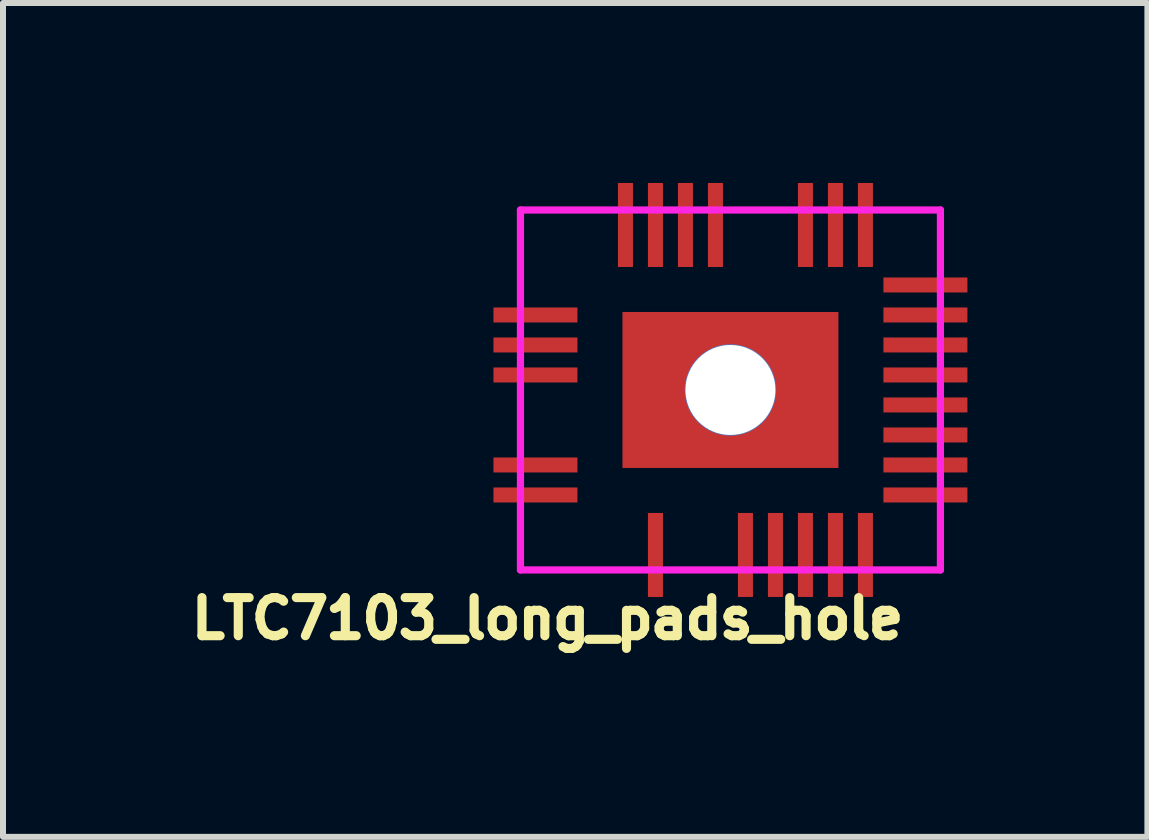
<source format=kicad_pcb>
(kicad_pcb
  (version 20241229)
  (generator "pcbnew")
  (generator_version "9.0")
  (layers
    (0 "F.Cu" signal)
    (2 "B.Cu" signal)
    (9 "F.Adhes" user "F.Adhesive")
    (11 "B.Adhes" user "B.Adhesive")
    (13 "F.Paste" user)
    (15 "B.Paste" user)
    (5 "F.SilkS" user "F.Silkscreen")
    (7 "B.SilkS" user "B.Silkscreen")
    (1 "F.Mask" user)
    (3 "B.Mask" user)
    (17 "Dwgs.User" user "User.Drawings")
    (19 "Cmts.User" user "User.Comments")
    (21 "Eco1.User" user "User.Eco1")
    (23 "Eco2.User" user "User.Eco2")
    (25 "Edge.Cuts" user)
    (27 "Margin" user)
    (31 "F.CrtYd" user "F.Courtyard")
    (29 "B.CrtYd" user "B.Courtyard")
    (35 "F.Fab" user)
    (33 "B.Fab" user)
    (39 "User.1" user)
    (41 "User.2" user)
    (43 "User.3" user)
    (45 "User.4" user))
  (footprint "LTC7103_long_pads_hole"
    (layer "F.Cu")
    (at 9.125 3.45)
    (property "Reference" "LTC7103_long_pads_hole" (at -3.048 3.81 0) (layer "F.SilkS") (effects (font (size 0.635 0.635) (thickness 0.152))))
    (attr through_hole)
    (fp_line (start -3.5 -3) (end 3.5 -3) (stroke (width 0.12) (type solid)) (layer "F.CrtYd"))
    (fp_line (start -3.5 3) (end -3.5 -3) (stroke (width 0.12) (type solid)) (layer "F.CrtYd"))
    (fp_line (start 3.5 -3) (end 3.5 3) (stroke (width 0.12) (type solid)) (layer "F.CrtYd"))
    (fp_line (start 3.5 3) (end -3.5 3) (stroke (width 0.12) (type solid)) (layer "F.CrtYd"))
    (pad "" thru_hole circle (at 0 0) (size 1.524 1.524) (drill 1.5) (layers "*.Cu" "*.Mask"))
    (pad "3" smd rect (at -1.25 2.4) (size 0.25 1.4) (drill (offset 0 0.35)) (layers "F.Cu" "F.Mask" "F.Paste"))
    (pad "6" smd rect (at 0.25 2.4) (size 0.25 1.4) (drill (offset 0 0.35)) (layers "F.Cu" "F.Mask" "F.Paste"))
    (pad "7" smd rect (at 0.75 2.4) (size 0.25 1.4) (drill (offset 0 0.35)) (layers "F.Cu" "F.Mask" "F.Paste"))
    (pad "8" smd rect (at 1.25 2.4) (size 0.25 1.4) (drill (offset 0 0.35)) (layers "F.Cu" "F.Mask" "F.Paste"))
    (pad "9" smd rect (at 1.75 2.4) (size 0.25 1.4) (drill (offset 0 0.35)) (layers "F.Cu" "F.Mask" "F.Paste"))
    (pad "10" smd rect (at 2.25 2.4) (size 0.25 1.4) (drill (offset 0 0.35)) (layers "F.Cu" "F.Mask" "F.Paste"))
    (pad "11" smd rect (at 2.9 1.75) (size 1.4 0.25) (drill (offset 0.35 0)) (layers "F.Cu" "F.Mask" "F.Paste"))
    (pad "12" smd rect (at 2.9 1.25) (size 1.4 0.25) (drill (offset 0.35 0)) (layers "F.Cu" "F.Mask" "F.Paste"))
    (pad "13" smd rect (at 2.9 0.75) (size 1.4 0.25) (drill (offset 0.35 0)) (layers "F.Cu" "F.Mask" "F.Paste"))
    (pad "14" smd rect (at 2.9 0.25) (size 1.4 0.25) (drill (offset 0.35 0)) (layers "F.Cu" "F.Mask" "F.Paste"))
    (pad "15" smd rect (at 2.9 -0.25) (size 1.4 0.25) (drill (offset 0.35 0)) (layers "F.Cu" "F.Mask" "F.Paste"))
    (pad "16" smd rect (at 2.9 -0.75) (size 1.4 0.25) (drill (offset 0.35 0)) (layers "F.Cu" "F.Mask" "F.Paste"))
    (pad "17" smd rect (at 2.9 -1.25) (size 1.4 0.25) (drill (offset 0.35 0)) (layers "F.Cu" "F.Mask" "F.Paste"))
    (pad "18" smd rect (at 2.9 -1.75) (size 1.4 0.25) (drill (offset 0.35 0)) (layers "F.Cu" "F.Mask" "F.Paste"))
    (pad "19" smd rect (at 2.25 -2.4) (size 0.25 1.4) (drill (offset 0 -0.35)) (layers "F.Cu" "F.Mask" "F.Paste"))
    (pad "20" smd rect (at 1.75 -2.4) (size 0.25 1.4) (drill (offset 0 -0.35)) (layers "F.Cu" "F.Mask" "F.Paste"))
    (pad "21" smd rect (at 1.25 -2.4) (size 0.25 1.4) (drill (offset 0 -0.35)) (layers "F.Cu" "F.Mask" "F.Paste"))
    (pad "24" smd rect (at -0.25 -2.4) (size 0.25 1.4) (drill (offset 0 -0.35)) (layers "F.Cu" "F.Mask" "F.Paste"))
    (pad "25" smd rect (at -0.75 -2.4) (size 0.25 1.4) (drill (offset 0 -0.35)) (layers "F.Cu" "F.Mask" "F.Paste"))
    (pad "26" smd rect (at -1.25 -2.4) (size 0.25 1.4) (drill (offset 0 -0.35)) (layers "F.Cu" "F.Mask" "F.Paste"))
    (pad "27" smd rect (at -1.75 -2.4) (size 0.25 1.4) (drill (offset 0 -0.35)) (layers "F.Cu" "F.Mask" "F.Paste"))
    (pad "30" smd rect (at -2.9 -1.25) (size 1.4 0.25) (drill (offset -0.35 0)) (layers "F.Cu" "F.Mask" "F.Paste"))
    (pad "31" smd rect (at -2.9 -0.75) (size 1.4 0.25) (drill (offset -0.35 0)) (layers "F.Cu" "F.Mask" "F.Paste"))
    (pad "32" smd rect (at -2.9 -0.25) (size 1.4 0.25) (drill (offset -0.35 0)) (layers "F.Cu" "F.Mask" "F.Paste"))
    (pad "35" smd rect (at -2.9 1.25) (size 1.4 0.25) (drill (offset -0.35 0)) (layers "F.Cu" "F.Mask" "F.Paste"))
    (pad "36" smd rect (at -2.9 1.75) (size 1.4 0.25) (drill (offset -0.35 0)) (layers "F.Cu" "F.Mask" "F.Paste"))
    (pad "37" smd rect (at 0 0) (size 3.6 2.6) (layers "F.Cu" "F.Mask" "F.Paste")))
  (gr_rect
    (start -3 -3)
    (end 16.075 10.899)
    (stroke (width 0.1) (type default))
    (fill no)
    (layer "Edge.Cuts")))
</source>
